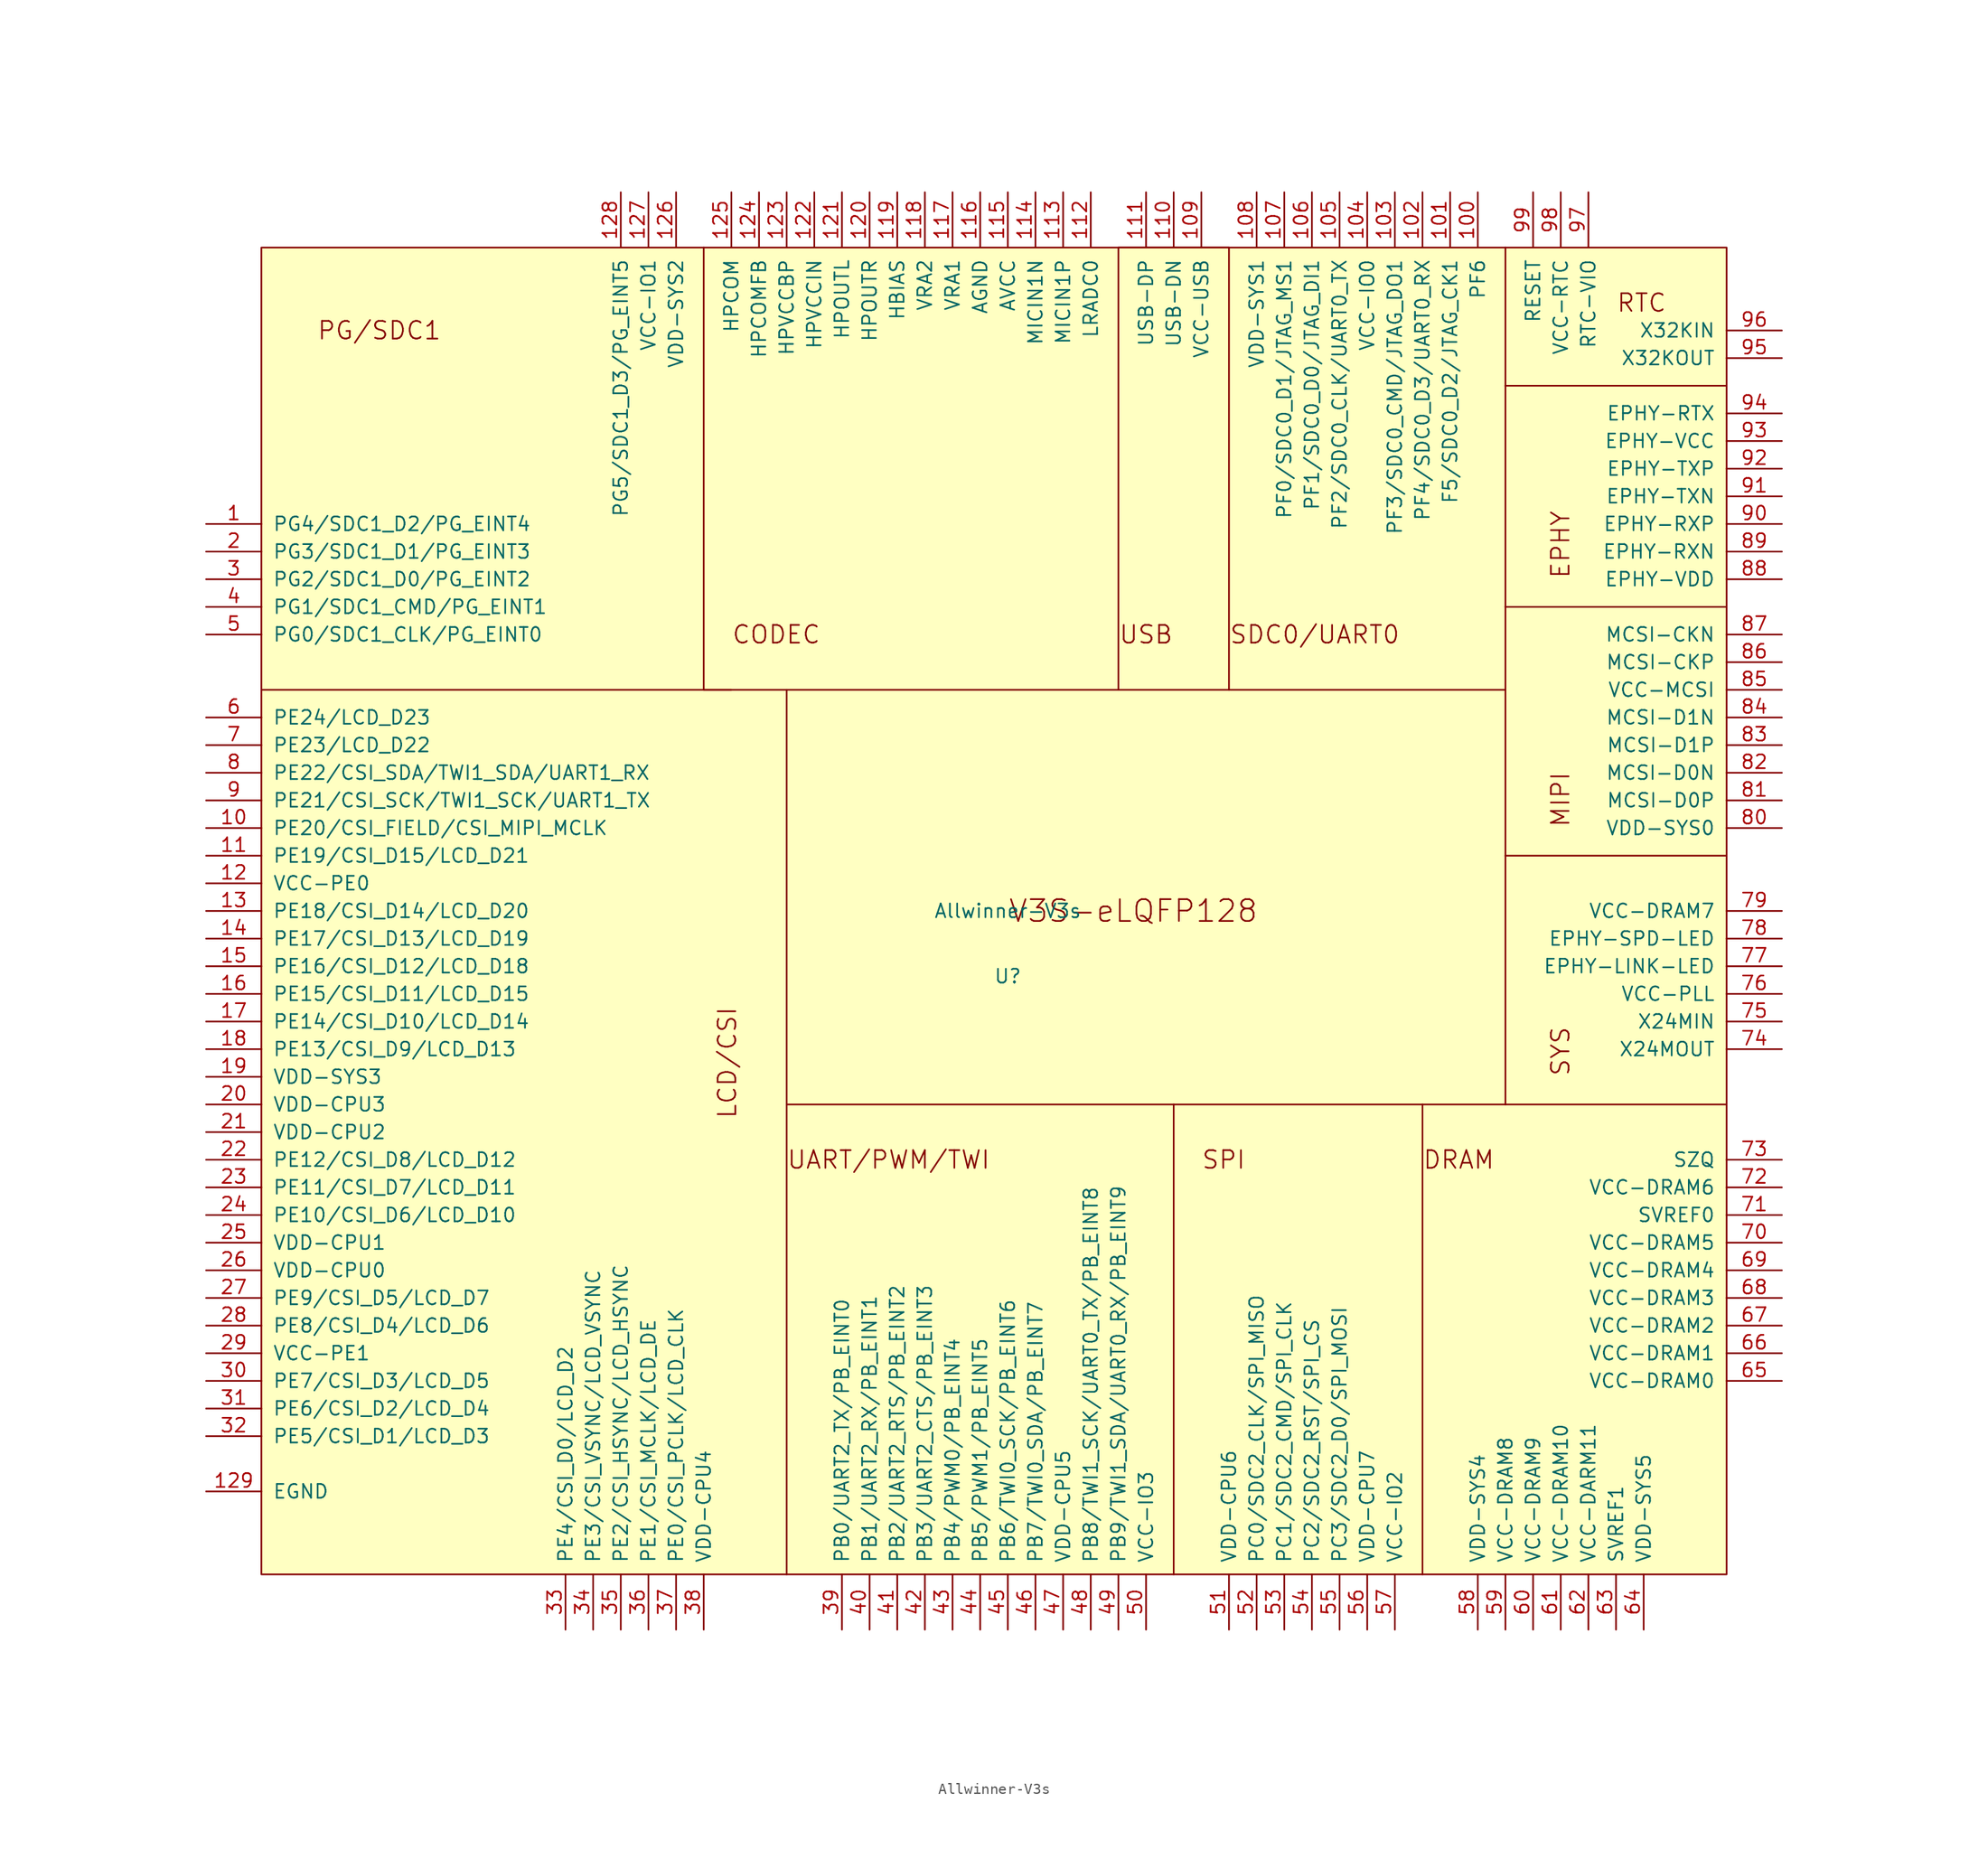
<source format=kicad_sym>
(kicad_symbol_lib
  (version 20211014)
  (generator kicad_symbol_editor)
  (symbol "Allwinner-V3s"
    (pin_names
      (offset 1.016))
    (property "Reference" "U"
      (at 0 -6 0)
      (effects (font (size 1.27 1.27))))
    (property "Value" "Allwinner-V3s"
      (at 0 0 0)
      (effects (font (size 1.27 1.27))))
    (symbol "Allwinner-V3s_1_1"
      (rectangle (start -68.58 60.96) (end 66.04 -60.96) (stroke (width 0.152) (type default) (color 0 0 0 0)) (fill (type background)))
      (polyline (pts (xy 20.32 20.32) (xy 45.72 20.32)) (stroke (width 0.152) (type default) (color 0 0 0 0)) (fill (type none)))
      (polyline (pts (xy -27.94 60.96) (xy -27.94 20.32) (xy -25.4 20.32)) (stroke (width 0.152) (type default) (color 0 0 0 0)) (fill (type none)))
      (polyline (pts (xy -20.32 -17.78) (xy -20.32 20.32) (xy -68.58 20.32)) (stroke (width 0.152) (type default) (color 0 0 0 0)) (fill (type none)))
      (polyline (pts (xy 15.24 -17.78) (xy -20.32 -17.78) (xy -20.32 -60.96)) (stroke (width 0.152) (type default) (color 0 0 0 0)) (fill (type none)))
      (polyline (pts (xy 38.1 -17.78) (xy 15.24 -17.78) (xy 15.24 -60.96)) (stroke (width 0.152) (type default) (color 0 0 0 0)) (fill (type none)))
      (polyline (pts (xy 45.72 -17.78) (xy 38.1 -17.78) (xy 38.1 -60.96)) (stroke (width 0.152) (type default) (color 0 0 0 0)) (fill (type none)))
      (polyline (pts (xy 45.72 5.08) (xy 45.72 -17.78) (xy 66.04 -17.78)) (stroke (width 0.152) (type default) (color 0 0 0 0)) (fill (type none)))
      (polyline (pts (xy 45.72 27.94) (xy 45.72 5.08) (xy 66.04 5.08)) (stroke (width 0.152) (type default) (color 0 0 0 0)) (fill (type none)))
      (polyline (pts (xy 45.72 48.26) (xy 45.72 27.94) (xy 66.04 27.94)) (stroke (width 0.152) (type default) (color 0 0 0 0)) (fill (type none)))
      (polyline (pts (xy 45.72 60.96) (xy 45.72 48.26) (xy 66.04 48.26)) (stroke (width 0.152) (type default) (color 0 0 0 0)) (fill (type none)))
      (polyline (pts (xy -20.32 20.32) (xy 10.16 20.32) (xy 10.16 60.96) (xy 20.32 60.96) (xy 20.32 20.32) (xy 10.16 20.32)) (stroke (width 0.152) (type default) (color 0 0 0 0)) (fill (type none)))
      (text "CODEC" (at -25.4 25.4 0) (effects (font (size 1.626 1.626)) (justify left)))
      (text "DRAM" (at 38.075 -22.86 0) (effects (font (size 1.626 1.626)) (justify left)))
      (text "EPHY" (at 50.775 30.48 900) (effects (font (size 1.626 1.626)) (justify left)))
      (text "LCD/CSI" (at -25.781 -19.152 900) (effects (font (size 1.626 1.626)) (justify left)))
      (text "MIPI" (at 50.775 7.62 900) (effects (font (size 1.626 1.626)) (justify left)))
      (text "PG/SDC1" (at -63.5 53.34 0) (effects (font (size 1.626 1.626)) (justify left)))
      (text "RTC" (at 55.88 55.88 0) (effects (font (size 1.626 1.626)) (justify left)))
      (text "SDC0/UART0" (at 20.32 25.4 0) (effects (font (size 1.626 1.626)) (justify left)))
      (text "SPI" (at 17.755 -22.86 0) (effects (font (size 1.626 1.626)) (justify left)))
      (text "SYS" (at 50.775 -15.24 900) (effects (font (size 1.626 1.626)) (justify left)))
      (text "UART/PWM/TWI" (at -20.345 -22.86 0) (effects (font (size 1.626 1.626)) (justify left)))
      (text "USB" (at 10.16 25.4 0) (effects (font (size 1.626 1.626)) (justify left)))
      (text "V3S-eLQFP128" (at 0 0 0) (effects (font (size 2 2)) (justify left)))
      (pin bidirectional line (at -73.66 35.56 0) (length 5.08) (name "PG4/SDC1_D2/PG_EINT4" (effects (font (size 1.27 1.27)))) (number "1" (effects (font (size 1.27 1.27)))))
      (pin bidirectional line (at -73.66 7.62 0) (length 5.08) (name "PE20/CSI_FIELD/CSI_MIPI_MCLK" (effects (font (size 1.27 1.27)))) (number "10" (effects (font (size 1.27 1.27)))))
      (pin bidirectional line (at 43.18 66.04 270) (length 5.08) (name "PF6" (effects (font (size 1.27 1.27)))) (number "100" (effects (font (size 1.27 1.27)))))
      (pin bidirectional line (at 40.64 66.04 270) (length 5.08) (name "F5/SDC0_D2/JTAG_CK1" (effects (font (size 1.27 1.27)))) (number "101" (effects (font (size 1.27 1.27)))))
      (pin bidirectional line (at 38.1 66.04 270) (length 5.08) (name "PF4/SDC0_D3/UART0_RX" (effects (font (size 1.27 1.27)))) (number "102" (effects (font (size 1.27 1.27)))))
      (pin bidirectional line (at 35.56 66.04 270) (length 5.08) (name "PF3/SDC0_CMD/JTAG_DO1" (effects (font (size 1.27 1.27)))) (number "103" (effects (font (size 1.27 1.27)))))
      (pin bidirectional line (at 33.02 66.04 270) (length 5.08) (name "VCC-IO0" (effects (font (size 1.27 1.27)))) (number "104" (effects (font (size 1.27 1.27)))))
      (pin bidirectional line (at 30.48 66.04 270) (length 5.08) (name "PF2/SDC0_CLK/UART0_TX" (effects (font (size 1.27 1.27)))) (number "105" (effects (font (size 1.27 1.27)))))
      (pin bidirectional line (at 27.94 66.04 270) (length 5.08) (name "PF1/SDC0_D0/JTAG_DI1" (effects (font (size 1.27 1.27)))) (number "106" (effects (font (size 1.27 1.27)))))
      (pin bidirectional line (at 25.4 66.04 270) (length 5.08) (name "PF0/SDC0_D1/JTAG_MS1" (effects (font (size 1.27 1.27)))) (number "107" (effects (font (size 1.27 1.27)))))
      (pin bidirectional line (at 22.86 66.04 270) (length 5.08) (name "VDD-SYS1" (effects (font (size 1.27 1.27)))) (number "108" (effects (font (size 1.27 1.27)))))
      (pin bidirectional line (at 17.78 66.04 270) (length 5.08) (name "VCC-USB" (effects (font (size 1.27 1.27)))) (number "109" (effects (font (size 1.27 1.27)))))
      (pin bidirectional line (at -73.66 5.08 0) (length 5.08) (name "PE19/CSI_D15/LCD_D21" (effects (font (size 1.27 1.27)))) (number "11" (effects (font (size 1.27 1.27)))))
      (pin bidirectional line (at 15.24 66.04 270) (length 5.08) (name "USB-DN" (effects (font (size 1.27 1.27)))) (number "110" (effects (font (size 1.27 1.27)))))
      (pin bidirectional line (at 12.7 66.04 270) (length 5.08) (name "USB-DP" (effects (font (size 1.27 1.27)))) (number "111" (effects (font (size 1.27 1.27)))))
      (pin bidirectional line (at 7.62 66.04 270) (length 5.08) (name "LRADC0" (effects (font (size 1.27 1.27)))) (number "112" (effects (font (size 1.27 1.27)))))
      (pin bidirectional line (at 5.08 66.04 270) (length 5.08) (name "MICIN1P" (effects (font (size 1.27 1.27)))) (number "113" (effects (font (size 1.27 1.27)))))
      (pin bidirectional line (at 2.54 66.04 270) (length 5.08) (name "MICIN1N" (effects (font (size 1.27 1.27)))) (number "114" (effects (font (size 1.27 1.27)))))
      (pin bidirectional line (at 0 66.04 270) (length 5.08) (name "AVCC" (effects (font (size 1.27 1.27)))) (number "115" (effects (font (size 1.27 1.27)))))
      (pin bidirectional line (at -2.54 66.04 270) (length 5.08) (name "AGND" (effects (font (size 1.27 1.27)))) (number "116" (effects (font (size 1.27 1.27)))))
      (pin bidirectional line (at -5.08 66.04 270) (length 5.08) (name "VRA1" (effects (font (size 1.27 1.27)))) (number "117" (effects (font (size 1.27 1.27)))))
      (pin bidirectional line (at -7.62 66.04 270) (length 5.08) (name "VRA2" (effects (font (size 1.27 1.27)))) (number "118" (effects (font (size 1.27 1.27)))))
      (pin bidirectional line (at -10.16 66.04 270) (length 5.08) (name "HBIAS" (effects (font (size 1.27 1.27)))) (number "119" (effects (font (size 1.27 1.27)))))
      (pin bidirectional line (at -73.66 2.54 0) (length 5.08) (name "VCC-PE0" (effects (font (size 1.27 1.27)))) (number "12" (effects (font (size 1.27 1.27)))))
      (pin bidirectional line (at -12.7 66.04 270) (length 5.08) (name "HPOUTR" (effects (font (size 1.27 1.27)))) (number "120" (effects (font (size 1.27 1.27)))))
      (pin bidirectional line (at -15.24 66.04 270) (length 5.08) (name "HPOUTL" (effects (font (size 1.27 1.27)))) (number "121" (effects (font (size 1.27 1.27)))))
      (pin bidirectional line (at -17.78 66.04 270) (length 5.08) (name "HPVCCIN" (effects (font (size 1.27 1.27)))) (number "122" (effects (font (size 1.27 1.27)))))
      (pin bidirectional line (at -20.32 66.04 270) (length 5.08) (name "HPVCCBP" (effects (font (size 1.27 1.27)))) (number "123" (effects (font (size 1.27 1.27)))))
      (pin bidirectional line (at -22.86 66.04 270) (length 5.08) (name "HPCOMFB" (effects (font (size 1.27 1.27)))) (number "124" (effects (font (size 1.27 1.27)))))
      (pin bidirectional line (at -25.4 66.04 270) (length 5.08) (name "HPCOM" (effects (font (size 1.27 1.27)))) (number "125" (effects (font (size 1.27 1.27)))))
      (pin bidirectional line (at -30.48 66.04 270) (length 5.08) (name "VDD-SYS2" (effects (font (size 1.27 1.27)))) (number "126" (effects (font (size 1.27 1.27)))))
      (pin bidirectional line (at -33.02 66.04 270) (length 5.08) (name "VCC-IO1" (effects (font (size 1.27 1.27)))) (number "127" (effects (font (size 1.27 1.27)))))
      (pin bidirectional line (at -35.56 66.04 270) (length 5.08) (name "PG5/SDC1_D3/PG_EINT5" (effects (font (size 1.27 1.27)))) (number "128" (effects (font (size 1.27 1.27)))))
      (pin bidirectional line (at -73.66 -53.34 0) (length 5.08) (name "EGND" (effects (font (size 1.27 1.27)))) (number "129" (effects (font (size 1.27 1.27)))))
      (pin bidirectional line (at -73.66 0 0) (length 5.08) (name "PE18/CSI_D14/LCD_D20" (effects (font (size 1.27 1.27)))) (number "13" (effects (font (size 1.27 1.27)))))
      (pin bidirectional line (at -73.66 -2.54 0) (length 5.08) (name "PE17/CSI_D13/LCD_D19" (effects (font (size 1.27 1.27)))) (number "14" (effects (font (size 1.27 1.27)))))
      (pin bidirectional line (at -73.66 -5.08 0) (length 5.08) (name "PE16/CSI_D12/LCD_D18" (effects (font (size 1.27 1.27)))) (number "15" (effects (font (size 1.27 1.27)))))
      (pin bidirectional line (at -73.66 -7.62 0) (length 5.08) (name "PE15/CSI_D11/LCD_D15" (effects (font (size 1.27 1.27)))) (number "16" (effects (font (size 1.27 1.27)))))
      (pin bidirectional line (at -73.66 -10.16 0) (length 5.08) (name "PE14/CSI_D10/LCD_D14" (effects (font (size 1.27 1.27)))) (number "17" (effects (font (size 1.27 1.27)))))
      (pin bidirectional line (at -73.66 -12.7 0) (length 5.08) (name "PE13/CSI_D9/LCD_D13" (effects (font (size 1.27 1.27)))) (number "18" (effects (font (size 1.27 1.27)))))
      (pin bidirectional line (at -73.66 -15.24 0) (length 5.08) (name "VDD-SYS3" (effects (font (size 1.27 1.27)))) (number "19" (effects (font (size 1.27 1.27)))))
      (pin bidirectional line (at -73.66 33.02 0) (length 5.08) (name "PG3/SDC1_D1/PG_EINT3" (effects (font (size 1.27 1.27)))) (number "2" (effects (font (size 1.27 1.27)))))
      (pin bidirectional line (at -73.66 -17.78 0) (length 5.08) (name "VDD-CPU3" (effects (font (size 1.27 1.27)))) (number "20" (effects (font (size 1.27 1.27)))))
      (pin bidirectional line (at -73.66 -20.32 0) (length 5.08) (name "VDD-CPU2" (effects (font (size 1.27 1.27)))) (number "21" (effects (font (size 1.27 1.27)))))
      (pin bidirectional line (at -73.66 -22.86 0) (length 5.08) (name "PE12/CSI_D8/LCD_D12" (effects (font (size 1.27 1.27)))) (number "22" (effects (font (size 1.27 1.27)))))
      (pin bidirectional line (at -73.66 -25.4 0) (length 5.08) (name "PE11/CSI_D7/LCD_D11" (effects (font (size 1.27 1.27)))) (number "23" (effects (font (size 1.27 1.27)))))
      (pin bidirectional line (at -73.66 -27.94 0) (length 5.08) (name "PE10/CSI_D6/LCD_D10" (effects (font (size 1.27 1.27)))) (number "24" (effects (font (size 1.27 1.27)))))
      (pin bidirectional line (at -73.66 -30.48 0) (length 5.08) (name "VDD-CPU1" (effects (font (size 1.27 1.27)))) (number "25" (effects (font (size 1.27 1.27)))))
      (pin bidirectional line (at -73.66 -33.02 0) (length 5.08) (name "VDD-CPU0" (effects (font (size 1.27 1.27)))) (number "26" (effects (font (size 1.27 1.27)))))
      (pin bidirectional line (at -73.66 -35.56 0) (length 5.08) (name "PE9/CSI_D5/LCD_D7" (effects (font (size 1.27 1.27)))) (number "27" (effects (font (size 1.27 1.27)))))
      (pin bidirectional line (at -73.66 -38.1 0) (length 5.08) (name "PE8/CSI_D4/LCD_D6" (effects (font (size 1.27 1.27)))) (number "28" (effects (font (size 1.27 1.27)))))
      (pin bidirectional line (at -73.66 -40.64 0) (length 5.08) (name "VCC-PE1" (effects (font (size 1.27 1.27)))) (number "29" (effects (font (size 1.27 1.27)))))
      (pin bidirectional line (at -73.66 30.48 0) (length 5.08) (name "PG2/SDC1_D0/PG_EINT2" (effects (font (size 1.27 1.27)))) (number "3" (effects (font (size 1.27 1.27)))))
      (pin bidirectional line (at -73.66 -43.18 0) (length 5.08) (name "PE7/CSI_D3/LCD_D5" (effects (font (size 1.27 1.27)))) (number "30" (effects (font (size 1.27 1.27)))))
      (pin bidirectional line (at -73.66 -45.72 0) (length 5.08) (name "PE6/CSI_D2/LCD_D4" (effects (font (size 1.27 1.27)))) (number "31" (effects (font (size 1.27 1.27)))))
      (pin bidirectional line (at -73.66 -48.26 0) (length 5.08) (name "PE5/CSI_D1/LCD_D3" (effects (font (size 1.27 1.27)))) (number "32" (effects (font (size 1.27 1.27)))))
      (pin bidirectional line (at -40.64 -66.04 90) (length 5.08) (name "PE4/CSI_D0/LCD_D2" (effects (font (size 1.27 1.27)))) (number "33" (effects (font (size 1.27 1.27)))))
      (pin bidirectional line (at -38.1 -66.04 90) (length 5.08) (name "PE3/CSI_VSYNC/LCD_VSYNC" (effects (font (size 1.27 1.27)))) (number "34" (effects (font (size 1.27 1.27)))))
      (pin bidirectional line (at -35.56 -66.04 90) (length 5.08) (name "PE2/CSI_HSYNC/LCD_HSYNC" (effects (font (size 1.27 1.27)))) (number "35" (effects (font (size 1.27 1.27)))))
      (pin bidirectional line (at -33.02 -66.04 90) (length 5.08) (name "PE1/CSI_MCLK/LCD_DE" (effects (font (size 1.27 1.27)))) (number "36" (effects (font (size 1.27 1.27)))))
      (pin bidirectional line (at -30.48 -66.04 90) (length 5.08) (name "PE0/CSI_PCLK/LCD_CLK" (effects (font (size 1.27 1.27)))) (number "37" (effects (font (size 1.27 1.27)))))
      (pin bidirectional line (at -27.94 -66.04 90) (length 5.08) (name "VDD-CPU4" (effects (font (size 1.27 1.27)))) (number "38" (effects (font (size 1.27 1.27)))))
      (pin bidirectional line (at -15.24 -66.04 90) (length 5.08) (name "PB0/UART2_TX/PB_EINT0" (effects (font (size 1.27 1.27)))) (number "39" (effects (font (size 1.27 1.27)))))
      (pin bidirectional line (at -73.66 27.94 0) (length 5.08) (name "PG1/SDC1_CMD/PG_EINT1" (effects (font (size 1.27 1.27)))) (number "4" (effects (font (size 1.27 1.27)))))
      (pin bidirectional line (at -12.7 -66.04 90) (length 5.08) (name "PB1/UART2_RX/PB_EINT1" (effects (font (size 1.27 1.27)))) (number "40" (effects (font (size 1.27 1.27)))))
      (pin bidirectional line (at -10.16 -66.04 90) (length 5.08) (name "PB2/UART2_RTS/PB_EINT2" (effects (font (size 1.27 1.27)))) (number "41" (effects (font (size 1.27 1.27)))))
      (pin bidirectional line (at -7.62 -66.04 90) (length 5.08) (name "PB3/UART2_CTS/PB_EINT3" (effects (font (size 1.27 1.27)))) (number "42" (effects (font (size 1.27 1.27)))))
      (pin bidirectional line (at -5.08 -66.04 90) (length 5.08) (name "PB4/PWM0/PB_EINT4" (effects (font (size 1.27 1.27)))) (number "43" (effects (font (size 1.27 1.27)))))
      (pin bidirectional line (at -2.54 -66.04 90) (length 5.08) (name "PB5/PWM1/PB_EINT5" (effects (font (size 1.27 1.27)))) (number "44" (effects (font (size 1.27 1.27)))))
      (pin bidirectional line (at 0 -66.04 90) (length 5.08) (name "PB6/TWI0_SCK/PB_EINT6" (effects (font (size 1.27 1.27)))) (number "45" (effects (font (size 1.27 1.27)))))
      (pin bidirectional line (at 2.54 -66.04 90) (length 5.08) (name "PB7/TWI0_SDA/PB_EINT7" (effects (font (size 1.27 1.27)))) (number "46" (effects (font (size 1.27 1.27)))))
      (pin bidirectional line (at 5.08 -66.04 90) (length 5.08) (name "VDD-CPU5" (effects (font (size 1.27 1.27)))) (number "47" (effects (font (size 1.27 1.27)))))
      (pin bidirectional line (at 7.62 -66.04 90) (length 5.08) (name "PB8/TWI1_SCK/UART0_TX/PB_EINT8" (effects (font (size 1.27 1.27)))) (number "48" (effects (font (size 1.27 1.27)))))
      (pin bidirectional line (at 10.16 -66.04 90) (length 5.08) (name "PB9/TWI1_SDA/UART0_RX/PB_EINT9" (effects (font (size 1.27 1.27)))) (number "49" (effects (font (size 1.27 1.27)))))
      (pin bidirectional line (at -73.66 25.4 0) (length 5.08) (name "PG0/SDC1_CLK/PG_EINT0" (effects (font (size 1.27 1.27)))) (number "5" (effects (font (size 1.27 1.27)))))
      (pin bidirectional line (at 12.7 -66.04 90) (length 5.08) (name "VCC-IO3" (effects (font (size 1.27 1.27)))) (number "50" (effects (font (size 1.27 1.27)))))
      (pin bidirectional line (at 20.32 -66.04 90) (length 5.08) (name "VDD-CPU6" (effects (font (size 1.27 1.27)))) (number "51" (effects (font (size 1.27 1.27)))))
      (pin bidirectional line (at 22.86 -66.04 90) (length 5.08) (name "PC0/SDC2_CLK/SPI_MISO" (effects (font (size 1.27 1.27)))) (number "52" (effects (font (size 1.27 1.27)))))
      (pin bidirectional line (at 25.4 -66.04 90) (length 5.08) (name "PC1/SDC2_CMD/SPI_CLK" (effects (font (size 1.27 1.27)))) (number "53" (effects (font (size 1.27 1.27)))))
      (pin bidirectional line (at 27.94 -66.04 90) (length 5.08) (name "PC2/SDC2_RST/SPI_CS" (effects (font (size 1.27 1.27)))) (number "54" (effects (font (size 1.27 1.27)))))
      (pin bidirectional line (at 30.48 -66.04 90) (length 5.08) (name "PC3/SDC2_D0/SPI_MOSI" (effects (font (size 1.27 1.27)))) (number "55" (effects (font (size 1.27 1.27)))))
      (pin bidirectional line (at 33.02 -66.04 90) (length 5.08) (name "VDD-CPU7" (effects (font (size 1.27 1.27)))) (number "56" (effects (font (size 1.27 1.27)))))
      (pin bidirectional line (at 35.56 -66.04 90) (length 5.08) (name "VCC-IO2" (effects (font (size 1.27 1.27)))) (number "57" (effects (font (size 1.27 1.27)))))
      (pin bidirectional line (at 43.18 -66.04 90) (length 5.08) (name "VDD-SYS4" (effects (font (size 1.27 1.27)))) (number "58" (effects (font (size 1.27 1.27)))))
      (pin bidirectional line (at 45.72 -66.04 90) (length 5.08) (name "VCC-DRAM8" (effects (font (size 1.27 1.27)))) (number "59" (effects (font (size 1.27 1.27)))))
      (pin bidirectional line (at -73.66 17.78 0) (length 5.08) (name "PE24/LCD_D23" (effects (font (size 1.27 1.27)))) (number "6" (effects (font (size 1.27 1.27)))))
      (pin bidirectional line (at 48.26 -66.04 90) (length 5.08) (name "VCC-DRAM9" (effects (font (size 1.27 1.27)))) (number "60" (effects (font (size 1.27 1.27)))))
      (pin bidirectional line (at 50.8 -66.04 90) (length 5.08) (name "VCC-DRAM10" (effects (font (size 1.27 1.27)))) (number "61" (effects (font (size 1.27 1.27)))))
      (pin bidirectional line (at 53.34 -66.04 90) (length 5.08) (name "VCC-DARM11" (effects (font (size 1.27 1.27)))) (number "62" (effects (font (size 1.27 1.27)))))
      (pin bidirectional line (at 55.88 -66.04 90) (length 5.08) (name "SVREF1" (effects (font (size 1.27 1.27)))) (number "63" (effects (font (size 1.27 1.27)))))
      (pin bidirectional line (at 58.42 -66.04 90) (length 5.08) (name "VDD-SYS5" (effects (font (size 1.27 1.27)))) (number "64" (effects (font (size 1.27 1.27)))))
      (pin bidirectional line (at 71.12 -43.18 180) (length 5.08) (name "VCC-DRAM0" (effects (font (size 1.27 1.27)))) (number "65" (effects (font (size 1.27 1.27)))))
      (pin bidirectional line (at 71.12 -40.64 180) (length 5.08) (name "VCC-DRAM1" (effects (font (size 1.27 1.27)))) (number "66" (effects (font (size 1.27 1.27)))))
      (pin bidirectional line (at 71.12 -38.1 180) (length 5.08) (name "VCC-DRAM2" (effects (font (size 1.27 1.27)))) (number "67" (effects (font (size 1.27 1.27)))))
      (pin bidirectional line (at 71.12 -35.56 180) (length 5.08) (name "VCC-DRAM3" (effects (font (size 1.27 1.27)))) (number "68" (effects (font (size 1.27 1.27)))))
      (pin bidirectional line (at 71.12 -33.02 180) (length 5.08) (name "VCC-DRAM4" (effects (font (size 1.27 1.27)))) (number "69" (effects (font (size 1.27 1.27)))))
      (pin bidirectional line (at -73.66 15.24 0) (length 5.08) (name "PE23/LCD_D22" (effects (font (size 1.27 1.27)))) (number "7" (effects (font (size 1.27 1.27)))))
      (pin bidirectional line (at 71.12 -30.48 180) (length 5.08) (name "VCC-DRAM5" (effects (font (size 1.27 1.27)))) (number "70" (effects (font (size 1.27 1.27)))))
      (pin bidirectional line (at 71.12 -27.94 180) (length 5.08) (name "SVREF0" (effects (font (size 1.27 1.27)))) (number "71" (effects (font (size 1.27 1.27)))))
      (pin bidirectional line (at 71.12 -25.4 180) (length 5.08) (name "VCC-DRAM6" (effects (font (size 1.27 1.27)))) (number "72" (effects (font (size 1.27 1.27)))))
      (pin bidirectional line (at 71.12 -22.86 180) (length 5.08) (name "SZQ" (effects (font (size 1.27 1.27)))) (number "73" (effects (font (size 1.27 1.27)))))
      (pin bidirectional line (at 71.12 -12.7 180) (length 5.08) (name "X24MOUT" (effects (font (size 1.27 1.27)))) (number "74" (effects (font (size 1.27 1.27)))))
      (pin bidirectional line (at 71.12 -10.16 180) (length 5.08) (name "X24MIN" (effects (font (size 1.27 1.27)))) (number "75" (effects (font (size 1.27 1.27)))))
      (pin bidirectional line (at 71.12 -7.62 180) (length 5.08) (name "VCC-PLL" (effects (font (size 1.27 1.27)))) (number "76" (effects (font (size 1.27 1.27)))))
      (pin bidirectional line (at 71.12 -5.08 180) (length 5.08) (name "EPHY-LINK-LED" (effects (font (size 1.27 1.27)))) (number "77" (effects (font (size 1.27 1.27)))))
      (pin bidirectional line (at 71.12 -2.54 180) (length 5.08) (name "EPHY-SPD-LED" (effects (font (size 1.27 1.27)))) (number "78" (effects (font (size 1.27 1.27)))))
      (pin bidirectional line (at 71.12 0 180) (length 5.08) (name "VCC-DRAM7" (effects (font (size 1.27 1.27)))) (number "79" (effects (font (size 1.27 1.27)))))
      (pin bidirectional line (at -73.66 12.7 0) (length 5.08) (name "PE22/CSI_SDA/TWI1_SDA/UART1_RX" (effects (font (size 1.27 1.27)))) (number "8" (effects (font (size 1.27 1.27)))))
      (pin bidirectional line (at 71.12 7.62 180) (length 5.08) (name "VDD-SYS0" (effects (font (size 1.27 1.27)))) (number "80" (effects (font (size 1.27 1.27)))))
      (pin bidirectional line (at 71.12 10.16 180) (length 5.08) (name "MCSI-D0P" (effects (font (size 1.27 1.27)))) (number "81" (effects (font (size 1.27 1.27)))))
      (pin bidirectional line (at 71.12 12.7 180) (length 5.08) (name "MCSI-D0N" (effects (font (size 1.27 1.27)))) (number "82" (effects (font (size 1.27 1.27)))))
      (pin bidirectional line (at 71.12 15.24 180) (length 5.08) (name "MCSI-D1P" (effects (font (size 1.27 1.27)))) (number "83" (effects (font (size 1.27 1.27)))))
      (pin bidirectional line (at 71.12 17.78 180) (length 5.08) (name "MCSI-D1N" (effects (font (size 1.27 1.27)))) (number "84" (effects (font (size 1.27 1.27)))))
      (pin bidirectional line (at 71.12 20.32 180) (length 5.08) (name "VCC-MCSI" (effects (font (size 1.27 1.27)))) (number "85" (effects (font (size 1.27 1.27)))))
      (pin bidirectional line (at 71.12 22.86 180) (length 5.08) (name "MCSI-CKP" (effects (font (size 1.27 1.27)))) (number "86" (effects (font (size 1.27 1.27)))))
      (pin bidirectional line (at 71.12 25.4 180) (length 5.08) (name "MCSI-CKN" (effects (font (size 1.27 1.27)))) (number "87" (effects (font (size 1.27 1.27)))))
      (pin bidirectional line (at 71.12 30.48 180) (length 5.08) (name "EPHY-VDD" (effects (font (size 1.27 1.27)))) (number "88" (effects (font (size 1.27 1.27)))))
      (pin bidirectional line (at 71.12 33.02 180) (length 5.08) (name "EPHY-RXN" (effects (font (size 1.27 1.27)))) (number "89" (effects (font (size 1.27 1.27)))))
      (pin bidirectional line (at -73.66 10.16 0) (length 5.08) (name "PE21/CSI_SCK/TWI1_SCK/UART1_TX" (effects (font (size 1.27 1.27)))) (number "9" (effects (font (size 1.27 1.27)))))
      (pin bidirectional line (at 71.12 35.56 180) (length 5.08) (name "EPHY-RXP" (effects (font (size 1.27 1.27)))) (number "90" (effects (font (size 1.27 1.27)))))
      (pin bidirectional line (at 71.12 38.1 180) (length 5.08) (name "EPHY-TXN" (effects (font (size 1.27 1.27)))) (number "91" (effects (font (size 1.27 1.27)))))
      (pin bidirectional line (at 71.12 40.64 180) (length 5.08) (name "EPHY-TXP" (effects (font (size 1.27 1.27)))) (number "92" (effects (font (size 1.27 1.27)))))
      (pin bidirectional line (at 71.12 43.18 180) (length 5.08) (name "EPHY-VCC" (effects (font (size 1.27 1.27)))) (number "93" (effects (font (size 1.27 1.27)))))
      (pin bidirectional line (at 71.12 45.72 180) (length 5.08) (name "EPHY-RTX" (effects (font (size 1.27 1.27)))) (number "94" (effects (font (size 1.27 1.27)))))
      (pin bidirectional line (at 71.12 50.8 180) (length 5.08) (name "X32KOUT" (effects (font (size 1.27 1.27)))) (number "95" (effects (font (size 1.27 1.27)))))
      (pin bidirectional line (at 71.12 53.34 180) (length 5.08) (name "X32KIN" (effects (font (size 1.27 1.27)))) (number "96" (effects (font (size 1.27 1.27)))))
      (pin bidirectional line (at 53.34 66.04 270) (length 5.08) (name "RTC-VIO" (effects (font (size 1.27 1.27)))) (number "97" (effects (font (size 1.27 1.27)))))
      (pin bidirectional line (at 50.8 66.04 270) (length 5.08) (name "VCC-RTC" (effects (font (size 1.27 1.27)))) (number "98" (effects (font (size 1.27 1.27)))))
      (pin bidirectional line (at 48.26 66.04 270) (length 5.08) (name "RESET" (effects (font (size 1.27 1.27)))) (number "99" (effects (font (size 1.27 1.27))))))))
</source>
